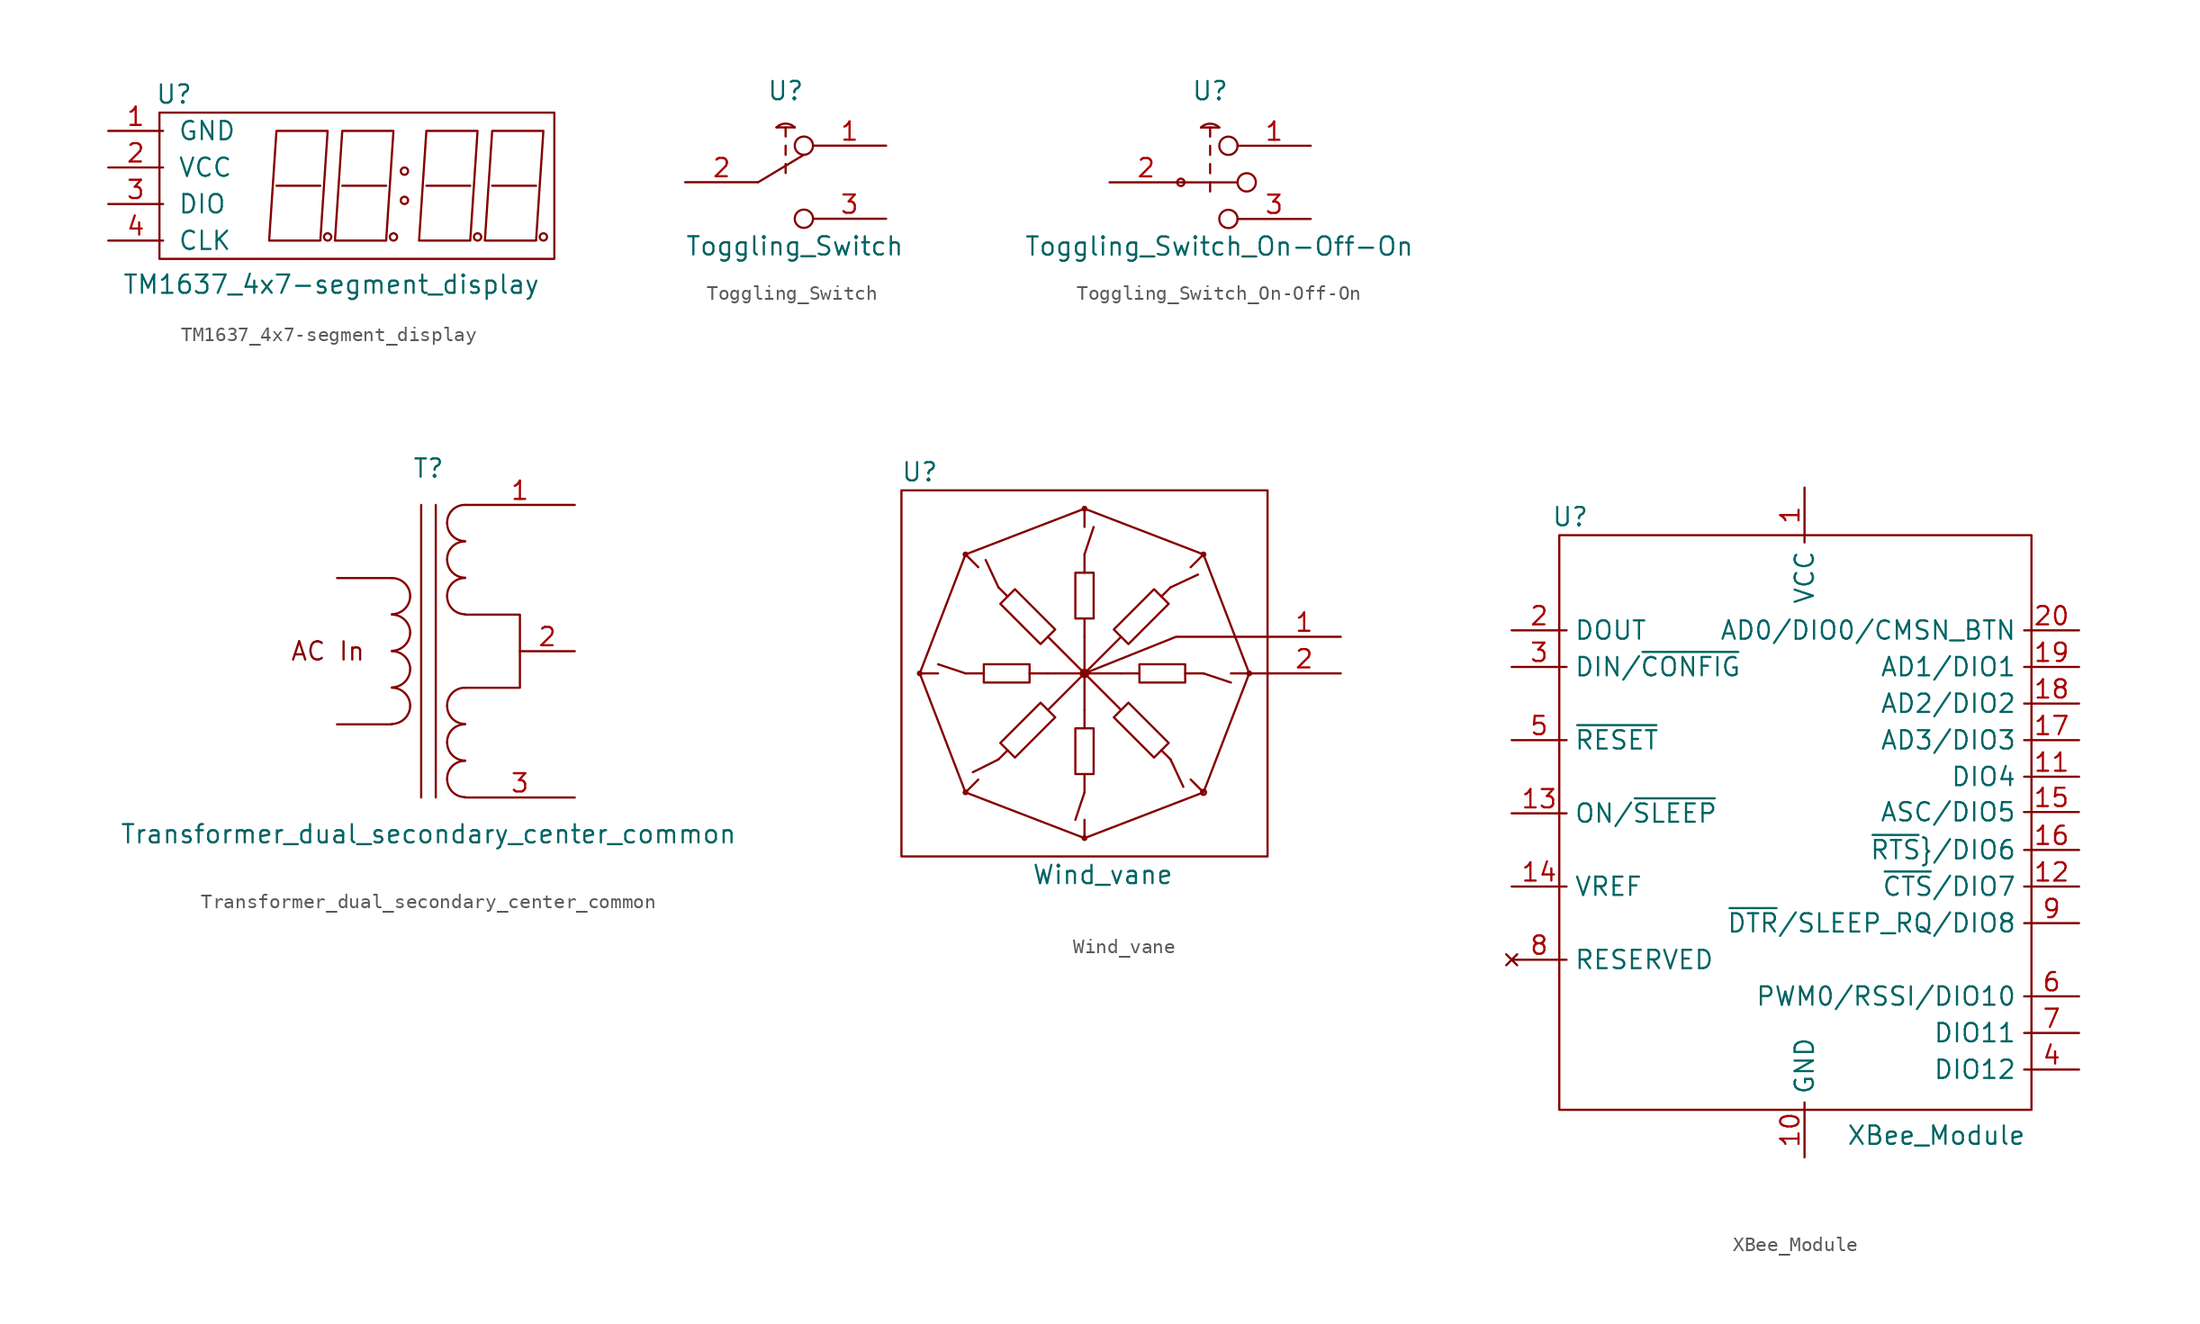
<source format=kicad_sym>
(kicad_symbol_lib
  (version 20231120)
  (generator "kicad_symbol_editor")
  (generator_version "8.0")
  (symbol "TM1637_4x7-segment_display"
    (pin_names
      (offset 1.016))
    (property "Reference" "U"
      (at 4.572 2.54 0)
      (effects (font (size 1.27 1.27))))
    (property "Value" "TM1637_4x7-segment_display"
      (at 15.494 -10.668 0)
      (effects (font (size 1.27 1.27))))
    (symbol "TM1637_4x7-segment_display_0_1"
      (polyline (pts (xy 11.684 -3.81) (xy 14.732 -3.81)) (stroke (width 0) (type default)) (fill (type none)))
      (polyline (pts (xy 11.684 0) (xy 11.176 -7.62) (xy 14.732 -7.62) (xy 15.24 0) (xy 11.684 0)) (stroke (width 0) (type default)) (fill (type none)))
      (rectangle (start 3.556 1.27) (end 30.988 -8.89) (stroke (width 0) (type default)) (fill (type none)))
      (circle (center 15.24 -7.366) (radius 0.254) (stroke (width 0) (type default)) (fill (type none)))
      (circle (center 20.574 -4.826) (radius 0.254) (stroke (width 0) (type default)) (fill (type none)))
      (circle (center 20.574 -2.794) (radius 0.254) (stroke (width 0) (type default)) (fill (type none))))
    (symbol "TM1637_4x7-segment_display_1_1"
      (polyline (pts (xy 16.256 -3.81) (xy 19.304 -3.81)) (stroke (width 0) (type default)) (fill (type none)))
      (polyline (pts (xy 22.098 -3.81) (xy 25.146 -3.81)) (stroke (width 0) (type default)) (fill (type none)))
      (polyline (pts (xy 26.67 -3.81) (xy 29.718 -3.81)) (stroke (width 0) (type default)) (fill (type none)))
      (polyline (pts (xy 16.256 0) (xy 15.748 -7.62) (xy 19.304 -7.62) (xy 19.812 0) (xy 16.256 0)) (stroke (width 0) (type default)) (fill (type none)))
      (polyline (pts (xy 22.098 0) (xy 21.59 -7.62) (xy 25.146 -7.62) (xy 25.654 0) (xy 22.098 0)) (stroke (width 0) (type default)) (fill (type none)))
      (polyline (pts (xy 26.67 0) (xy 26.162 -7.62) (xy 29.718 -7.62) (xy 30.226 0) (xy 26.67 0)) (stroke (width 0) (type default)) (fill (type none)))
      (circle (center 19.812 -7.366) (radius 0.254) (stroke (width 0) (type default)) (fill (type none)))
      (circle (center 25.654 -7.366) (radius 0.254) (stroke (width 0) (type default)) (fill (type none)))
      (circle (center 30.226 -7.366) (radius 0.254) (stroke (width 0) (type default)) (fill (type none)))
      (pin input line (at 0 0 0) (length 3.81) (name "GND" (effects (font (size 1.27 1.27)))) (number "1" (effects (font (size 1.27 1.27)))))
      (pin input line (at 0 -2.54 0) (length 3.81) (name "VCC" (effects (font (size 1.27 1.27)))) (number "2" (effects (font (size 1.27 1.27)))))
      (pin power_in line (at 0 -5.08 0) (length 3.81) (name "DIO" (effects (font (size 1.27 1.27)))) (number "3" (effects (font (size 1.27 1.27)))))
      (pin power_in line (at 0 -7.62 0) (length 3.81) (name "CLK" (effects (font (size 1.27 1.27)))) (number "4" (effects (font (size 1.27 1.27)))))))
  (symbol "Toggling_Switch"
    (pin_names hide)
    (property "Reference" "U"
      (at 6.985 6.35 0)
      (effects (font (size 1.27 1.27))))
    (property "Value" "Toggling_Switch"
      (at 7.62 -4.445 0)
      (effects (font (size 1.27 1.27))))
    (symbol "Toggling_Switch_0_1"
      (polyline (pts (xy 5.08 0) (xy 8.255 1.905)) (stroke (width 0.152) (type default)) (fill (type none)))
      (polyline (pts (xy 6.35 3.81) (xy 7.62 3.81)) (stroke (width 0.152) (type default)) (fill (type none)))
      (polyline (pts (xy 6.985 0.635) (xy 6.985 1.27)) (stroke (width 0.152) (type default)) (fill (type none)))
      (polyline (pts (xy 6.985 1.905) (xy 6.985 2.54)) (stroke (width 0.152) (type default)) (fill (type none)))
      (polyline (pts (xy 6.985 3.175) (xy 6.985 3.81)) (stroke (width 0.152) (type default)) (fill (type none)))
      (arc (start 7.62 3.81) (mid 6.985 4.073) (end 6.35 3.81) (stroke (width 0.1524) (type default)) (fill (type none)))
      (circle (center 8.255 -2.54) (radius 0.635) (stroke (width 0.152) (type default)) (fill (type none)))
      (circle (center 8.255 2.54) (radius 0.635) (stroke (width 0.152) (type default)) (fill (type none))))
    (symbol "Toggling_Switch_1_1"
      (pin passive line (at 13.97 2.54 180) (length 5.08) (name "NC" (effects (font (size 1.27 1.27)))) (number "1" (effects (font (size 1.27 1.27)))))
      (pin passive line (at 0 0 0) (length 5.08) (name "Com" (effects (font (size 1.27 1.27)))) (number "2" (effects (font (size 1.27 1.27)))))
      (pin passive line (at 13.97 -2.54 180) (length 5.08) (name "NO" (effects (font (size 1.27 1.27)))) (number "3" (effects (font (size 1.27 1.27)))))))
  (symbol "Toggling_Switch_On-Off-On"
    (pin_names hide)
    (property "Reference" "U"
      (at 6.985 6.35 0)
      (effects (font (size 1.27 1.27))))
    (property "Value" "Toggling_Switch_On-Off-On"
      (at 7.62 -4.445 0)
      (effects (font (size 1.27 1.27))))
    (symbol "Toggling_Switch_On-Off-On_0_1"
      (polyline (pts (xy 5.08 0) (xy 8.89 0)) (stroke (width 0.152) (type default)) (fill (type none)))
      (polyline (pts (xy 6.35 3.81) (xy 7.62 3.81)) (stroke (width 0.152) (type default)) (fill (type none)))
      (polyline (pts (xy 6.985 0) (xy 6.985 -0.635)) (stroke (width 0.152) (type default)) (fill (type none)))
      (polyline (pts (xy 6.985 0.635) (xy 6.985 1.27)) (stroke (width 0.152) (type default)) (fill (type none)))
      (polyline (pts (xy 6.985 1.905) (xy 6.985 2.54)) (stroke (width 0.152) (type default)) (fill (type none)))
      (polyline (pts (xy 6.985 3.175) (xy 6.985 3.81)) (stroke (width 0.152) (type default)) (fill (type none)))
      (circle (center 4.953 0) (radius 0.254) (stroke (width 0.152) (type default)) (fill (type none)))
      (arc (start 7.62 3.81) (mid 6.985 4.073) (end 6.35 3.81) (stroke (width 0.1524) (type default)) (fill (type none)))
      (circle (center 8.255 -2.54) (radius 0.635) (stroke (width 0.152) (type default)) (fill (type none)))
      (circle (center 8.255 2.54) (radius 0.635) (stroke (width 0.152) (type default)) (fill (type none)))
      (circle (center 9.525 0) (radius 0.635) (stroke (width 0.152) (type default)) (fill (type none)))
      (pin passive line (at 13.97 2.54 180) (length 5.08) (name "NC" (effects (font (size 1.27 1.27)))) (number "1" (effects (font (size 1.27 1.27)))))
      (pin passive line (at 0 0 0) (length 5.08) (name "Com" (effects (font (size 1.27 1.27)))) (number "2" (effects (font (size 1.27 1.27)))))
      (pin passive line (at 13.97 -2.54 180) (length 5.08) (name "NO" (effects (font (size 1.27 1.27)))) (number "3" (effects (font (size 1.27 1.27)))))))
  (symbol "Transformer_dual_secondary_center_common"
    (pin_names
      (offset 1.016) hide)
    (property "Reference" "T"
      (at 0 12.7 0)
      (effects (font (size 1.27 1.27))))
    (property "Value" "Transformer_dual_secondary_center_common"
      (at 0 -12.7 0)
      (effects (font (size 1.27 1.27))))
    (symbol "Transformer_dual_secondary_center_common_0_0"
      (polyline (pts (xy -6.35 -5.08) (xy -2.54 -5.08)) (stroke (width 0) (type default)) (fill (type none)))
      (polyline (pts (xy -2.54 5.08) (xy -6.35 5.08)) (stroke (width 0) (type default)) (fill (type none)))
      (polyline (pts (xy 2.54 -2.54) (xy 6.35 -2.54) (xy 6.35 2.54) (xy 2.54 2.54)) (stroke (width 0) (type default)) (fill (type none)))
      (text "AC In" (at -6.985 0 0) (effects (font (size 1.27 1.27)))))
    (symbol "Transformer_dual_secondary_center_common_0_1"
      (arc (start -2.54 -5.0546) (mid -1.6561 -4.6863) (end -1.27 -3.81) (stroke (width 0) (type default)) (fill (type none)))
      (arc (start -2.54 -2.5146) (mid -1.6561 -2.1463) (end -1.27 -1.27) (stroke (width 0) (type default)) (fill (type none)))
      (arc (start -2.54 0.0254) (mid -1.6561 0.3937) (end -1.27 1.27) (stroke (width 0) (type default)) (fill (type none)))
      (arc (start -2.54 2.5654) (mid -1.6561 2.9337) (end -1.27 3.81) (stroke (width 0) (type default)) (fill (type none)))
      (arc (start -1.27 -3.81) (mid -1.642 -2.912) (end -2.54 -2.54) (stroke (width 0) (type default)) (fill (type none)))
      (arc (start -1.27 -1.27) (mid -1.642 -0.372) (end -2.54 0) (stroke (width 0) (type default)) (fill (type none)))
      (arc (start -1.27 1.27) (mid -1.642 2.168) (end -2.54 2.54) (stroke (width 0) (type default)) (fill (type none)))
      (arc (start -1.27 3.81) (mid -1.642 4.708) (end -2.54 5.08) (stroke (width 0) (type default)) (fill (type none)))
      (polyline (pts (xy -0.508 -10.16) (xy -0.508 10.16)) (stroke (width 0) (type default)) (fill (type none)))
      (polyline (pts (xy 0.508 10.16) (xy 0.508 -10.16)) (stroke (width 0) (type default)) (fill (type none)))
      (arc (start 1.2954 -8.89) (mid 1.6599 -9.7701) (end 2.54 -10.1346) (stroke (width 0) (type default)) (fill (type none)))
      (arc (start 1.2954 -6.35) (mid 1.6599 -7.2301) (end 2.54 -7.5946) (stroke (width 0) (type default)) (fill (type none)))
      (arc (start 1.2954 -3.81) (mid 1.6599 -4.6901) (end 2.54 -5.0546) (stroke (width 0) (type default)) (fill (type none)))
      (arc (start 1.2954 3.81) (mid 1.6599 2.9299) (end 2.54 2.5654) (stroke (width 0) (type default)) (fill (type none)))
      (arc (start 1.2954 6.35) (mid 1.6599 5.4699) (end 2.54 5.1054) (stroke (width 0) (type default)) (fill (type none)))
      (arc (start 1.2954 8.89) (mid 1.6599 8.0099) (end 2.54 7.6454) (stroke (width 0) (type default)) (fill (type none)))
      (arc (start 2.54 -7.62) (mid 1.6456 -7.9883) (end 1.2954 -8.89) (stroke (width 0) (type default)) (fill (type none)))
      (arc (start 2.54 -5.08) (mid 1.6456 -5.4483) (end 1.2954 -6.35) (stroke (width 0) (type default)) (fill (type none)))
      (arc (start 2.54 -2.54) (mid 1.6456 -2.9083) (end 1.2954 -3.81) (stroke (width 0) (type default)) (fill (type none)))
      (arc (start 2.54 5.08) (mid 1.6456 4.7117) (end 1.2954 3.81) (stroke (width 0) (type default)) (fill (type none)))
      (arc (start 2.54 7.62) (mid 1.6456 7.2517) (end 1.2954 6.35) (stroke (width 0) (type default)) (fill (type none)))
      (arc (start 2.54 10.16) (mid 1.6456 9.7917) (end 1.2954 8.89) (stroke (width 0) (type default)) (fill (type none))))
    (symbol "Transformer_dual_secondary_center_common_1_1"
      (pin passive line (at 10.16 10.16 180) (length 7.62) (name "SA" (effects (font (size 1.27 1.27)))) (number "1" (effects (font (size 1.27 1.27)))))
      (pin passive line (at 10.16 0 180) (length 3.81) (name "Center" (effects (font (size 1.27 1.27)))) (number "2" (effects (font (size 1.27 1.27)))))
      (pin passive line (at 10.16 -10.16 180) (length 7.62) (name "SD" (effects (font (size 1.27 1.27)))) (number "3" (effects (font (size 1.27 1.27)))))))
  (symbol "Wind_vane"
    (pin_names
      (offset 1.016) hide)
    (property "Reference" "U"
      (at -11.43 13.97 0)
      (effects (font (size 1.27 1.27))))
    (property "Value" "Wind_vane"
      (at 1.27 -13.97 0)
      (effects (font (size 1.27 1.27))))
    (symbol "Wind_vane_0_1"
      (rectangle (start -12.7 12.7) (end 12.7 -12.7) (stroke (width 0) (type default)) (fill (type none)))
      (circle (center -11.43 0) (radius 0.127) (stroke (width 0) (type default)) (fill (type none)))
      (circle (center -8.255 -8.255) (radius 0.127) (stroke (width 0) (type default)) (fill (type none)))
      (circle (center -8.255 8.255) (radius 0.127) (stroke (width 0) (type default)) (fill (type none)))
      (circle (center 0 -11.43) (radius 0.127) (stroke (width 0) (type default)) (fill (type none)))
      (polyline (pts (xy -11.43 0) (xy -8.255 8.255)) (stroke (width 0) (type default)) (fill (type none)))
      (polyline (pts (xy -10.16 0) (xy -11.43 0)) (stroke (width 0) (type default)) (fill (type none)))
      (polyline (pts (xy -8.255 -8.255) (xy -11.43 0)) (stroke (width 0) (type default)) (fill (type none)))
      (polyline (pts (xy -8.255 -8.255) (xy -7.366 -7.366)) (stroke (width 0) (type default)) (fill (type none)))
      (polyline (pts (xy -8.255 0) (xy -10.16 0.635)) (stroke (width 0) (type default)) (fill (type none)))
      (polyline (pts (xy -8.255 8.255) (xy -7.366 7.366)) (stroke (width 0) (type default)) (fill (type none)))
      (polyline (pts (xy -8.255 8.255) (xy 0 11.43)) (stroke (width 0) (type default)) (fill (type none)))
      (polyline (pts (xy -6.985 0) (xy -8.255 0)) (stroke (width 0) (type default)) (fill (type none)))
      (polyline (pts (xy -5.969 -5.969) (xy -7.747 -6.858)) (stroke (width 0) (type default)) (fill (type none)))
      (polyline (pts (xy -5.969 -5.969) (xy -5.334 -5.334)) (stroke (width 0) (type default)) (fill (type none)))
      (polyline (pts (xy -5.969 5.969) (xy -6.858 7.874)) (stroke (width 0) (type default)) (fill (type none)))
      (polyline (pts (xy -5.969 5.969) (xy -5.334 5.334)) (stroke (width 0) (type default)) (fill (type none)))
      (polyline (pts (xy -2.54 0) (xy -3.81 0)) (stroke (width 0) (type default)) (fill (type none)))
      (polyline (pts (xy 0 -11.43) (xy -8.255 -8.255)) (stroke (width 0) (type default)) (fill (type none)))
      (polyline (pts (xy 0 -10.16) (xy 0 -11.43)) (stroke (width 0) (type default)) (fill (type none)))
      (polyline (pts (xy 0 -8.255) (xy -0.635 -10.16)) (stroke (width 0) (type default)) (fill (type none)))
      (polyline (pts (xy 0 -6.985) (xy 0 -8.255)) (stroke (width 0) (type default)) (fill (type none)))
      (polyline (pts (xy 0 -2.54) (xy 0 -3.81)) (stroke (width 0) (type default)) (fill (type none)))
      (polyline (pts (xy 0 0) (xy -2.54 -2.54)) (stroke (width 0) (type default)) (fill (type none)))
      (polyline (pts (xy 0 0) (xy -2.54 0)) (stroke (width 0) (type default)) (fill (type none)))
      (polyline (pts (xy 0 0) (xy -2.54 2.54)) (stroke (width 0) (type default)) (fill (type none)))
      (polyline (pts (xy 0 0) (xy 0 -2.54)) (stroke (width 0) (type default)) (fill (type none)))
      (polyline (pts (xy 0 0) (xy 0 2.54)) (stroke (width 0) (type default)) (fill (type none)))
      (polyline (pts (xy 0 0) (xy 2.54 -2.54)) (stroke (width 0) (type default)) (fill (type none)))
      (polyline (pts (xy 0 0) (xy 2.54 0)) (stroke (width 0) (type default)) (fill (type none)))
      (polyline (pts (xy 0 0) (xy 2.54 2.54)) (stroke (width 0) (type default)) (fill (type none)))
      (polyline (pts (xy 0 2.54) (xy 0 3.81)) (stroke (width 0) (type default)) (fill (type none)))
      (polyline (pts (xy 0 6.985) (xy 0 8.255)) (stroke (width 0) (type default)) (fill (type none)))
      (polyline (pts (xy 0 8.255) (xy 0.635 10.16)) (stroke (width 0) (type default)) (fill (type none)))
      (polyline (pts (xy 0 10.16) (xy 0 11.43)) (stroke (width 0) (type default)) (fill (type none)))
      (polyline (pts (xy 0 11.43) (xy 8.255 8.255)) (stroke (width 0) (type default)) (fill (type none)))
      (polyline (pts (xy 2.54 0) (xy 3.81 0)) (stroke (width 0) (type default)) (fill (type none)))
      (polyline (pts (xy 5.969 -5.969) (xy 5.334 -5.334)) (stroke (width 0) (type default)) (fill (type none)))
      (polyline (pts (xy 5.969 -5.969) (xy 6.858 -7.874)) (stroke (width 0) (type default)) (fill (type none)))
      (polyline (pts (xy 5.969 5.969) (xy 5.334 5.334)) (stroke (width 0) (type default)) (fill (type none)))
      (polyline (pts (xy 5.969 5.969) (xy 7.874 6.858)) (stroke (width 0) (type default)) (fill (type none)))
      (polyline (pts (xy 6.985 0) (xy 8.255 0)) (stroke (width 0) (type default)) (fill (type none)))
      (polyline (pts (xy 8.255 -8.255) (xy 0 -11.43)) (stroke (width 0) (type default)) (fill (type none)))
      (polyline (pts (xy 8.255 -8.255) (xy 7.366 -7.366)) (stroke (width 0) (type default)) (fill (type none)))
      (polyline (pts (xy 8.255 0) (xy 10.16 -0.635)) (stroke (width 0) (type default)) (fill (type none)))
      (polyline (pts (xy 8.255 8.255) (xy 7.366 7.366)) (stroke (width 0) (type default)) (fill (type none)))
      (polyline (pts (xy 8.255 8.255) (xy 11.43 0)) (stroke (width 0) (type default)) (fill (type none)))
      (polyline (pts (xy 10.16 0) (xy 11.43 0)) (stroke (width 0) (type default)) (fill (type none)))
      (polyline (pts (xy 11.43 0) (xy 8.255 -8.255)) (stroke (width 0) (type default)) (fill (type none)))
      (polyline (pts (xy 11.43 0) (xy 12.7 0)) (stroke (width 0) (type default)) (fill (type none)))
      (polyline (pts (xy 0 0) (xy 6.35 2.54) (xy 12.7 2.54)) (stroke (width 0) (type default)) (fill (type none)))
      (polyline (pts (xy -3.81 0.635) (xy -3.81 -0.635) (xy -6.985 -0.635) (xy -6.985 0.635) (xy -3.81 0.635)) (stroke (width 0) (type default)) (fill (type none)))
      (polyline (pts (xy -0.635 -3.81) (xy 0.635 -3.81) (xy 0.635 -6.985) (xy -0.635 -6.985) (xy -0.635 -3.81)) (stroke (width 0) (type default)) (fill (type none)))
      (polyline (pts (xy -0.635 3.81) (xy 0.635 3.81) (xy 0.635 6.985) (xy -0.635 6.985) (xy -0.635 3.81)) (stroke (width 0) (type default)) (fill (type none)))
      (polyline (pts (xy 3.81 0.635) (xy 3.81 -0.635) (xy 6.985 -0.635) (xy 6.985 0.635) (xy 3.81 0.635)) (stroke (width 0) (type default)) (fill (type none)))
      (polyline (pts (xy -2.54 -2.54) (xy -3.048 -2.032) (xy -5.842 -4.826) (xy -4.826 -5.842) (xy -2.032 -3.048) (xy -2.54 -2.54)) (stroke (width 0) (type default)) (fill (type none)))
      (polyline (pts (xy -2.54 2.54) (xy -2.032 3.048) (xy -4.826 5.842) (xy -5.842 4.826) (xy -3.048 2.032) (xy -2.54 2.54)) (stroke (width 0) (type default)) (fill (type none)))
      (polyline (pts (xy 5.334 -5.334) (xy 5.842 -4.826) (xy 3.048 -2.032) (xy 2.032 -3.048) (xy 4.826 -5.842) (xy 5.334 -5.334)) (stroke (width 0) (type default)) (fill (type none)))
      (polyline (pts (xy 5.334 5.334) (xy 4.826 5.842) (xy 2.032 3.048) (xy 3.048 2.032) (xy 5.842 4.826) (xy 5.334 5.334)) (stroke (width 0) (type default)) (fill (type none)))
      (circle (center 0 0) (radius 0.254) (stroke (width 0) (type default)) (fill (type none)))
      (circle (center 0 11.43) (radius 0.127) (stroke (width 0) (type default)) (fill (type none)))
      (circle (center 8.255 -8.255) (radius 0.178) (stroke (width 0) (type default)) (fill (type none)))
      (circle (center 8.255 8.255) (radius 0.127) (stroke (width 0) (type default)) (fill (type none)))
      (circle (center 11.43 0) (radius 0.127) (stroke (width 0) (type default)) (fill (type none))))
    (symbol "Wind_vane_1_1"
      (pin passive line (at 17.78 2.54 180) (length 5.08) (name "GND" (effects (font (size 1.27 1.27)))) (number "1" (effects (font (size 1.27 1.27)))))
      (pin output line (at 17.78 0 180) (length 5.08) (name "Signal" (effects (font (size 1.27 1.27)))) (number "2" (effects (font (size 1.27 1.27)))))))
  (symbol "XBee_Module"
    (property "Reference" "U"
      (at 4.064 7.874 0)
      (effects (font (size 1.27 1.27))))
    (property "Value" "XBee_Module"
      (at 29.464 -35.052 0)
      (effects (font (size 1.27 1.27))))
    (symbol "XBee_Module_0_1"
      (polyline (pts (xy 3.302 6.604) (xy 3.302 -33.274) (xy 36.068 -33.274) (xy 36.068 6.604) (xy 3.302 6.604)) (stroke (width 0) (type default)) (fill (type none))))
    (symbol "XBee_Module_1_1"
      (pin bidirectional line (at 20.32 9.906 270) (length 3.81) (name "VCC" (effects (font (size 1.27 1.27)))) (number "1" (effects (font (size 1.27 1.27)))))
      (pin power_in line (at 20.32 -36.576 90) (length 3.81) (name "GND" (effects (font (size 1.27 1.27)))) (number "10" (effects (font (size 1.27 1.27)))))
      (pin bidirectional line (at 39.37 -10.16 180) (length 3.81) (name "DIO4" (effects (font (size 1.27 1.27)))) (number "11" (effects (font (size 1.27 1.27)))))
      (pin bidirectional line (at 39.37 -17.78 180) (length 3.81) (name "~{CTS}/DIO7" (effects (font (size 1.27 1.27)))) (number "12" (effects (font (size 1.27 1.27)))))
      (pin input line (at 0 -12.7 0) (length 3.81) (name "ON/~{SLEEP}" (effects (font (size 1.27 1.27)))) (number "13" (effects (font (size 1.27 1.27)))))
      (pin input line (at 0 -17.78 0) (length 3.81) (name "VREF" (effects (font (size 1.27 1.27)))) (number "14" (effects (font (size 1.27 1.27)))))
      (pin bidirectional line (at 39.356 -12.61 180) (length 3.81) (name "ASC/DIO5" (effects (font (size 1.27 1.27)))) (number "15" (effects (font (size 1.27 1.27)))))
      (pin bidirectional line (at 39.37 -15.24 180) (length 3.81) (name "~{RTS}}/DIO6" (effects (font (size 1.27 1.27)))) (number "16" (effects (font (size 1.27 1.27)))))
      (pin bidirectional line (at 39.37 -7.62 180) (length 3.81) (name "AD3/DIO3" (effects (font (size 1.27 1.27)))) (number "17" (effects (font (size 1.27 1.27)))))
      (pin bidirectional line (at 39.37 -5.08 180) (length 3.81) (name "AD2/DIO2" (effects (font (size 1.27 1.27)))) (number "18" (effects (font (size 1.27 1.27)))))
      (pin bidirectional line (at 39.37 -2.54 180) (length 3.81) (name "AD1/DIO1" (effects (font (size 1.27 1.27)))) (number "19" (effects (font (size 1.27 1.27)))))
      (pin output line (at 0 0 0) (length 3.81) (name "DOUT" (effects (font (size 1.27 1.27)))) (number "2" (effects (font (size 1.27 1.27)))))
      (pin bidirectional line (at 39.37 0 180) (length 3.81) (name "AD0/DIO0/CMSN_BTN" (effects (font (size 1.27 1.27)))) (number "20" (effects (font (size 1.27 1.27)))))
      (pin input line (at 0 -2.54 0) (length 3.81) (name "DIN/~{CONFIG}" (effects (font (size 1.27 1.27)))) (number "3" (effects (font (size 1.27 1.27)))))
      (pin bidirectional line (at 39.37 -30.48 180) (length 3.81) (name "DIO12" (effects (font (size 1.27 1.27)))) (number "4" (effects (font (size 1.27 1.27)))))
      (pin input line (at 0 -7.62 0) (length 3.81) (name "~{RESET}" (effects (font (size 1.27 1.27)))) (number "5" (effects (font (size 1.27 1.27)))))
      (pin bidirectional line (at 39.37 -25.4 180) (length 3.81) (name "PWM0/RSSI/DIO10" (effects (font (size 1.27 1.27)))) (number "6" (effects (font (size 1.27 1.27)))))
      (pin bidirectional line (at 39.37 -27.94 180) (length 3.81) (name "DIO11" (effects (font (size 1.27 1.27)))) (number "7" (effects (font (size 1.27 1.27)))))
      (pin no_connect line (at 0 -22.86 0) (length 3.81) (name "RESERVED" (effects (font (size 1.27 1.27)))) (number "8" (effects (font (size 1.27 1.27)))))
      (pin bidirectional line (at 39.37 -20.32 180) (length 3.81) (name "~{DTR}/SLEEP_RQ/DIO8" (effects (font (size 1.27 1.27)))) (number "9" (effects (font (size 1.27 1.27))))))))
</source>
